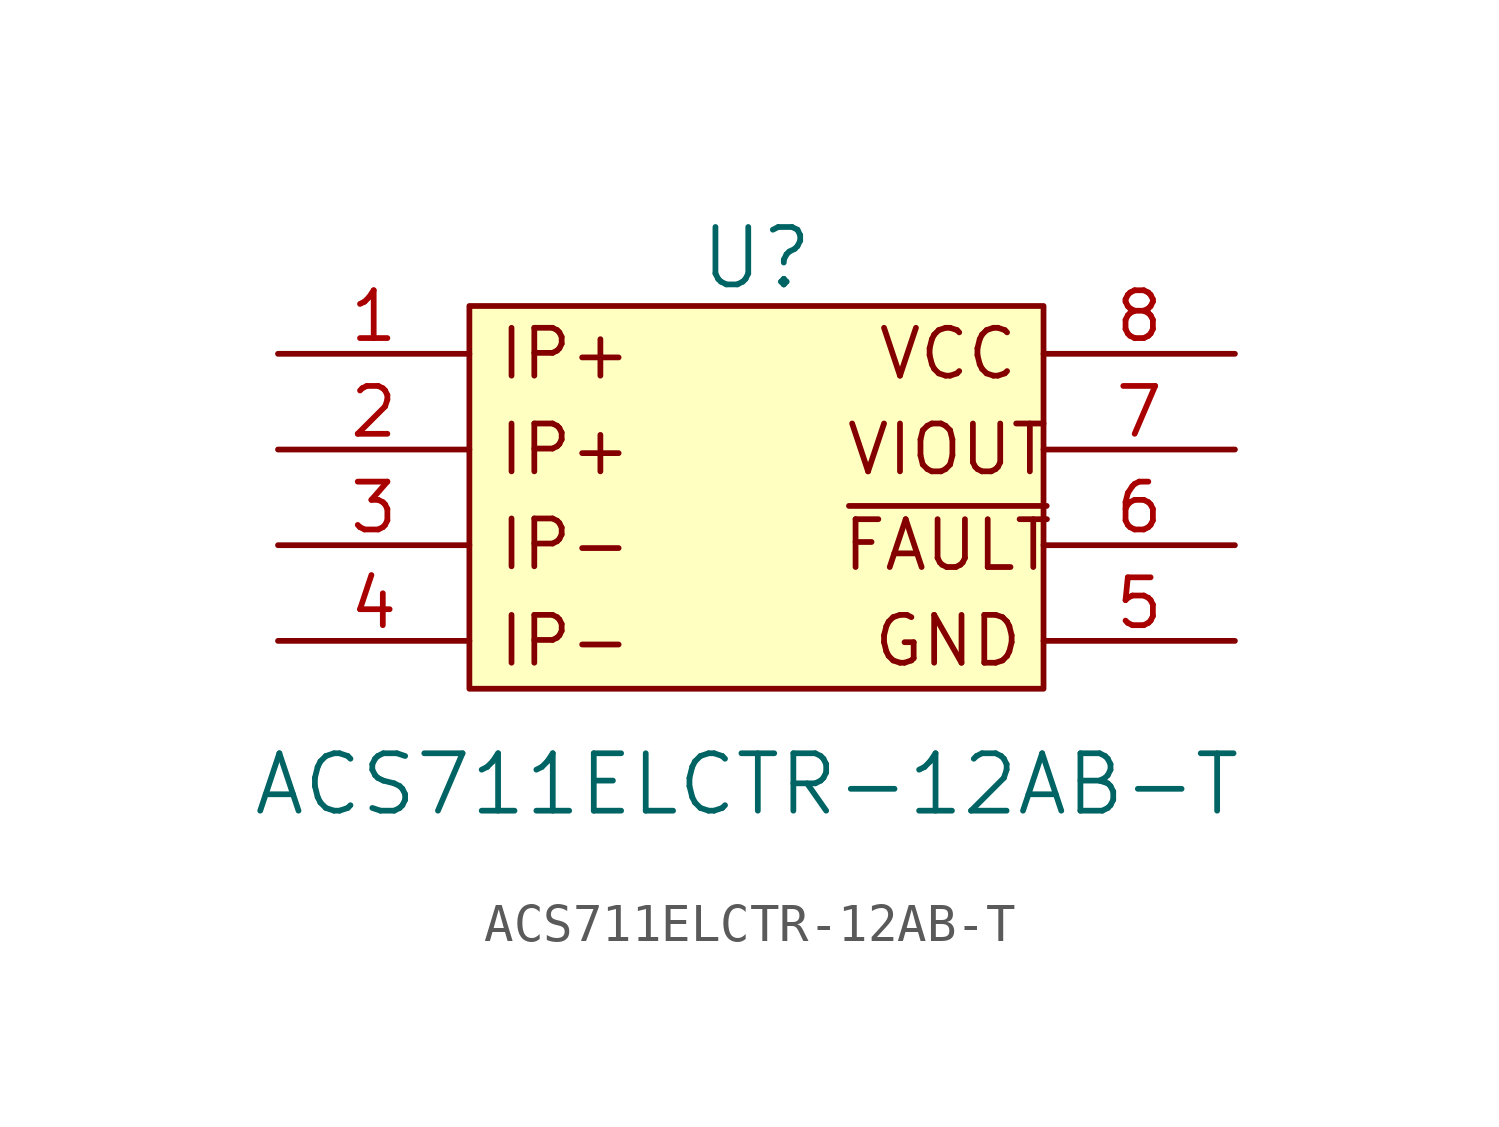
<source format=kicad_sym>
(kicad_symbol_lib
  (version 20220914)
  (generator kicad_symbol_editor)
  (symbol "ACS711ELCTR-12AB-T"
    (pin_names
      (offset 0) hide)
    (property "Reference" "U"
      (at 0 11.43 0)
      (effects (font (size 1.524 1.524))))
    (property "Value" "ACS711ELCTR-12AB-T"
      (at -0.254 -2.54 0)
      (effects (font (size 1.524 1.524))))
    (symbol "ACS711ELCTR-12AB-T_0_0"
      (rectangle (start -7.62 10.16) (end 7.62 0) (stroke (width 0) (type default)) (fill (type background)))
      (text "GND" (at 5.08 1.27 0) (effects (font (size 1.27 1.27))))
      (text "IP+" (at -5.08 6.35 0) (effects (font (size 1.27 1.27))))
      (text "IP+" (at -5.08 8.89 0) (effects (font (size 1.27 1.27))))
      (text "IP-" (at -5.08 1.27 0) (effects (font (size 1.27 1.27))))
      (text "IP-" (at -5.08 4.572 0) (effects (font (size 1.27 1.27)) (justify top)))
      (text "VCC" (at 5.08 8.89 0) (effects (font (size 1.27 1.27))))
      (text "VIOUT" (at 5.08 6.35 0) (effects (font (size 1.27 1.27))))
      (text "~{FAULT}" (at 5.08 3.81 0) (effects (font (size 1.27 1.27)))))
    (symbol "ACS711ELCTR-12AB-T_1_1"
      (pin input line (at -12.7 8.89 0) (length 5.08) (name "IP+" (effects (font (size 1.27 1.27)))) (number "1" (effects (font (size 1.27 1.27)))))
      (pin input line (at -12.7 6.35 0) (length 5.08) (name "IP+" (effects (font (size 1.27 1.27)))) (number "2" (effects (font (size 1.27 1.27)))))
      (pin input line (at -12.7 3.81 0) (length 5.08) (name "IP-" (effects (font (size 1.27 1.27)))) (number "3" (effects (font (size 1.27 1.27)))))
      (pin input line (at -12.7 1.27 0) (length 5.08) (name "IP-" (effects (font (size 1.27 1.27)))) (number "4" (effects (font (size 1.27 1.27)))))
      (pin input line (at 12.7 1.27 180) (length 5.08) (name "GND" (effects (font (size 1.27 1.27)))) (number "5" (effects (font (size 1.27 1.27)))))
      (pin input line (at 12.7 3.81 180) (length 5.08) (name "~{FAULT}" (effects (font (size 1.27 1.27)))) (number "6" (effects (font (size 1.27 1.27)))))
      (pin input line (at 12.7 6.35 180) (length 5.08) (name "VIOUT" (effects (font (size 1.27 1.27)))) (number "7" (effects (font (size 1.27 1.27)))))
      (pin input line (at 12.7 8.89 180) (length 5.08) (name "VCC" (effects (font (size 1.27 1.27)))) (number "8" (effects (font (size 1.27 1.27))))))))
</source>
